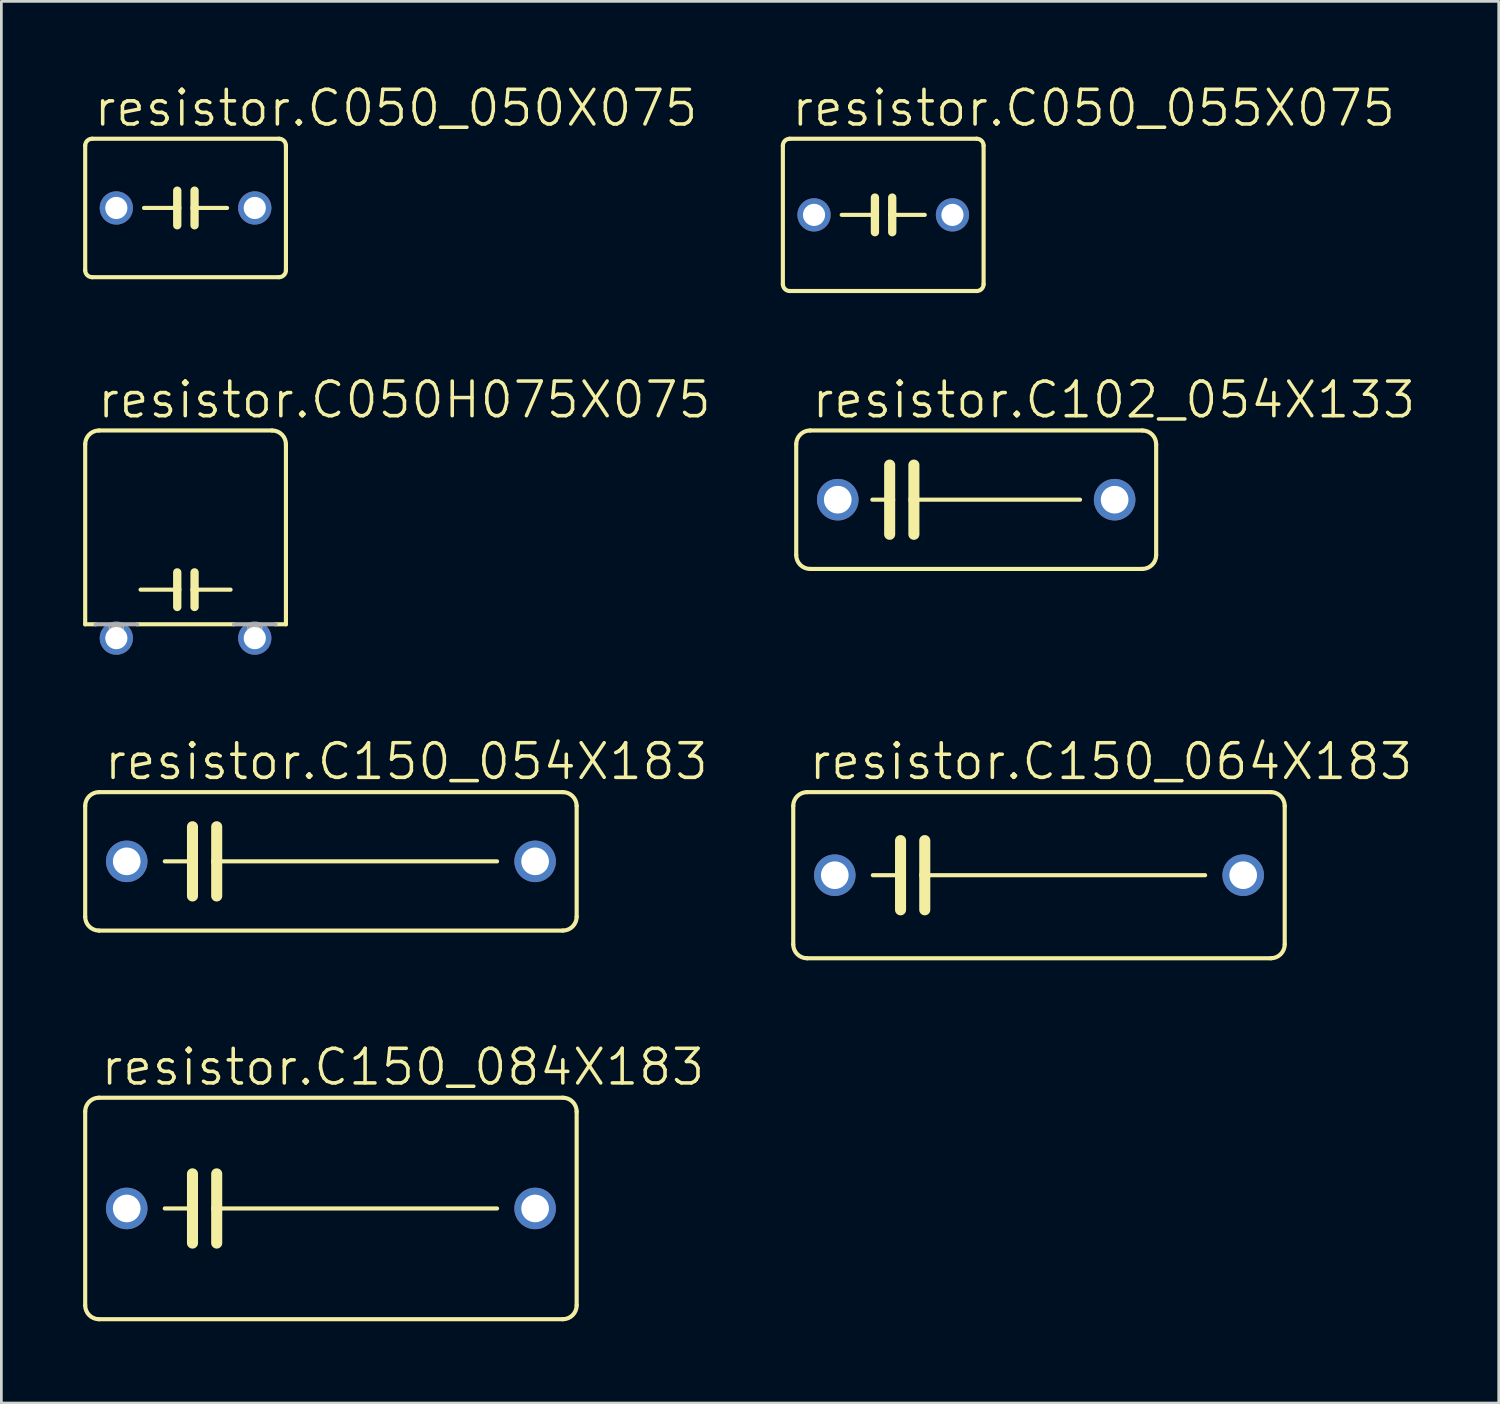
<source format=kicad_pcb>
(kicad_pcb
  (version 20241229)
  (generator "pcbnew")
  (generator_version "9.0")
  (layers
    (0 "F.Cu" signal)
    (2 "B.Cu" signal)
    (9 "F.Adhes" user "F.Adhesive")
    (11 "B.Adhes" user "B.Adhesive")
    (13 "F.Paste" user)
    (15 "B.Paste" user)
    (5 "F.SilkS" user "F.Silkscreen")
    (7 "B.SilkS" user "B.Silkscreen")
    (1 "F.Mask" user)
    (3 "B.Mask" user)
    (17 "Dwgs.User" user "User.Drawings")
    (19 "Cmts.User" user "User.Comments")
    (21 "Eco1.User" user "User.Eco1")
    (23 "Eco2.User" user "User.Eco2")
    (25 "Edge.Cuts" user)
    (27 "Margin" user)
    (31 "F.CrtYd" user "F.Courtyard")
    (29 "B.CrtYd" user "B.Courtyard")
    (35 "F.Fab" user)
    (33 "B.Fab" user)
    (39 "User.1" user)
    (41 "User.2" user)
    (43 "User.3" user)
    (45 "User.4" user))
  (footprint "resistor.C150_084X183"
    (layer "F.Cu")
    (at 9.093 41.294)
    (property "Reference" "resistor.C150_084X183" (at -8.509 -4.445 0) (layer "F.SilkS") (effects (font (size 1.27 1.27) (thickness 0.13)) (justify left bottom)))
    (attr through_hole)
    (fp_line (start -9.017 3.556) (end -9.017 -3.556) (stroke (width 0.152) (type default)) (layer "F.SilkS"))
    (fp_line (start -8.509 -4.064) (end 8.509 -4.064) (stroke (width 0.152) (type default)) (layer "F.SilkS"))
    (fp_line (start -5.08 -1.27) (end -5.08 0) (stroke (width 0.406) (type default)) (layer "F.SilkS"))
    (fp_line (start -5.08 0) (end -6.096 0) (stroke (width 0.152) (type default)) (layer "F.SilkS"))
    (fp_line (start -5.08 0) (end -5.08 1.27) (stroke (width 0.406) (type default)) (layer "F.SilkS"))
    (fp_line (start -4.191 -1.27) (end -4.191 0) (stroke (width 0.406) (type default)) (layer "F.SilkS"))
    (fp_line (start -4.191 0) (end -4.191 1.27) (stroke (width 0.406) (type default)) (layer "F.SilkS"))
    (fp_line (start -4.191 0) (end 6.096 0) (stroke (width 0.152) (type default)) (layer "F.SilkS"))
    (fp_line (start 8.509 4.064) (end -8.509 4.064) (stroke (width 0.152) (type default)) (layer "F.SilkS"))
    (fp_line (start 9.017 -3.556) (end 9.017 3.556) (stroke (width 0.152) (type default)) (layer "F.SilkS"))
    (fp_arc (start -9.017 -3.556) (mid -8.86821 -3.91521) (end -8.509 -4.064) (stroke (width 0.1524) (type default)) (layer "F.SilkS"))
    (fp_arc (start -8.509 4.064) (mid -8.86821 3.91521) (end -9.017 3.556) (stroke (width 0.1524) (type default)) (layer "F.SilkS"))
    (fp_arc (start 8.509 -4.064) (mid 8.86821 -3.91521) (end 9.017 -3.556) (stroke (width 0.1524) (type default)) (layer "F.SilkS"))
    (fp_arc (start 9.017 3.556) (mid 8.86821 3.91521) (end 8.509 4.064) (stroke (width 0.1524) (type default)) (layer "F.SilkS"))
    (pad "1" thru_hole circle (at -7.493 0) (size 1.524 1.524) (drill 1.016) (layers "*.Cu" "*.Mask"))
    (pad "2" thru_hole circle (at 7.493 0) (size 1.524 1.524) (drill 1.016) (layers "*.Cu" "*.Mask")))
  (footprint "resistor.C150_064X183"
    (layer "F.Cu")
    (at 35.075 29.065)
    (property "Reference" "resistor.C150_064X183" (at -8.509 -3.429 0) (layer "F.SilkS") (effects (font (size 1.27 1.27) (thickness 0.13)) (justify left bottom)))
    (attr through_hole)
    (fp_line (start -9.017 2.54) (end -9.017 -2.54) (stroke (width 0.152) (type default)) (layer "F.SilkS"))
    (fp_line (start -8.509 -3.048) (end 8.509 -3.048) (stroke (width 0.152) (type default)) (layer "F.SilkS"))
    (fp_line (start -5.08 -1.27) (end -5.08 0) (stroke (width 0.406) (type default)) (layer "F.SilkS"))
    (fp_line (start -5.08 0) (end -6.096 0) (stroke (width 0.152) (type default)) (layer "F.SilkS"))
    (fp_line (start -5.08 0) (end -5.08 1.27) (stroke (width 0.406) (type default)) (layer "F.SilkS"))
    (fp_line (start -4.191 -1.27) (end -4.191 0) (stroke (width 0.406) (type default)) (layer "F.SilkS"))
    (fp_line (start -4.191 0) (end -4.191 1.27) (stroke (width 0.406) (type default)) (layer "F.SilkS"))
    (fp_line (start -4.191 0) (end 6.096 0) (stroke (width 0.152) (type default)) (layer "F.SilkS"))
    (fp_line (start 8.509 3.048) (end -8.509 3.048) (stroke (width 0.152) (type default)) (layer "F.SilkS"))
    (fp_line (start 9.017 -2.54) (end 9.017 2.54) (stroke (width 0.152) (type default)) (layer "F.SilkS"))
    (fp_arc (start -9.017 -2.54) (mid -8.86821 -2.89921) (end -8.509 -3.048) (stroke (width 0.1524) (type default)) (layer "F.SilkS"))
    (fp_arc (start -8.509 3.048) (mid -8.86821 2.89921) (end -9.017 2.54) (stroke (width 0.1524) (type default)) (layer "F.SilkS"))
    (fp_arc (start 8.509 -3.048) (mid 8.86821 -2.89921) (end 9.017 -2.54) (stroke (width 0.1524) (type default)) (layer "F.SilkS"))
    (fp_arc (start 9.017 2.54) (mid 8.86821 2.89921) (end 8.509 3.048) (stroke (width 0.1524) (type default)) (layer "F.SilkS"))
    (pad "1" thru_hole circle (at -7.493 0) (size 1.524 1.524) (drill 1.016) (layers "*.Cu" "*.Mask"))
    (pad "2" thru_hole circle (at 7.493 0) (size 1.524 1.524) (drill 1.016) (layers "*.Cu" "*.Mask")))
  (footprint "resistor.C150_054X183"
    (layer "F.Cu")
    (at 9.093 28.557)
    (property "Reference" "resistor.C150_054X183" (at -8.382 -2.921 0) (layer "F.SilkS") (effects (font (size 1.27 1.27) (thickness 0.13)) (justify left bottom)))
    (attr through_hole)
    (fp_line (start -9.017 2.032) (end -9.017 -2.032) (stroke (width 0.152) (type default)) (layer "F.SilkS"))
    (fp_line (start -8.509 -2.54) (end 8.509 -2.54) (stroke (width 0.152) (type default)) (layer "F.SilkS"))
    (fp_line (start -5.08 -1.27) (end -5.08 0) (stroke (width 0.406) (type default)) (layer "F.SilkS"))
    (fp_line (start -5.08 0) (end -6.096 0) (stroke (width 0.152) (type default)) (layer "F.SilkS"))
    (fp_line (start -5.08 0) (end -5.08 1.27) (stroke (width 0.406) (type default)) (layer "F.SilkS"))
    (fp_line (start -4.191 -1.27) (end -4.191 0) (stroke (width 0.406) (type default)) (layer "F.SilkS"))
    (fp_line (start -4.191 0) (end -4.191 1.27) (stroke (width 0.406) (type default)) (layer "F.SilkS"))
    (fp_line (start -4.191 0) (end 6.096 0) (stroke (width 0.152) (type default)) (layer "F.SilkS"))
    (fp_line (start 8.509 2.54) (end -8.509 2.54) (stroke (width 0.152) (type default)) (layer "F.SilkS"))
    (fp_line (start 9.017 -2.032) (end 9.017 2.032) (stroke (width 0.152) (type default)) (layer "F.SilkS"))
    (fp_arc (start -9.017 -2.032) (mid -8.86821 -2.39121) (end -8.509 -2.54) (stroke (width 0.1524) (type default)) (layer "F.SilkS"))
    (fp_arc (start -8.509 2.54) (mid -8.86821 2.39121) (end -9.017 2.032) (stroke (width 0.1524) (type default)) (layer "F.SilkS"))
    (fp_arc (start 8.509 -2.54) (mid 8.86821 -2.39121) (end 9.017 -2.032) (stroke (width 0.1524) (type default)) (layer "F.SilkS"))
    (fp_arc (start 9.017 2.032) (mid 8.86821 2.39121) (end 8.509 2.54) (stroke (width 0.1524) (type default)) (layer "F.SilkS"))
    (pad "1" thru_hole circle (at -7.493 0) (size 1.524 1.524) (drill 1.016) (layers "*.Cu" "*.Mask"))
    (pad "2" thru_hole circle (at 7.493 0) (size 1.524 1.524) (drill 1.016) (layers "*.Cu" "*.Mask")))
  (footprint "resistor.C050_055X075"
    (layer "F.Cu")
    (at 29.36 4.835)
    (property "Reference" "resistor.C050_055X075" (at -3.429 -3.175 0) (layer "F.SilkS") (effects (font (size 1.27 1.27) (thickness 0.13)) (justify left bottom)))
    (attr through_hole)
    (fp_line (start -3.683 -2.54) (end -3.683 2.54) (stroke (width 0.152) (type default)) (layer "F.SilkS"))
    (fp_line (start -3.429 2.794) (end 3.429 2.794) (stroke (width 0.152) (type default)) (layer "F.SilkS"))
    (fp_line (start -0.305 -0.635) (end -0.305 0) (stroke (width 0.305) (type default)) (layer "F.SilkS"))
    (fp_line (start -0.305 0) (end -1.524 0) (stroke (width 0.152) (type default)) (layer "F.SilkS"))
    (fp_line (start -0.305 0) (end -0.305 0.635) (stroke (width 0.305) (type default)) (layer "F.SilkS"))
    (fp_line (start 0.33 -0.635) (end 0.33 0) (stroke (width 0.305) (type default)) (layer "F.SilkS"))
    (fp_line (start 0.33 0) (end 0.33 0.635) (stroke (width 0.305) (type default)) (layer "F.SilkS"))
    (fp_line (start 0.33 0) (end 1.524 0) (stroke (width 0.152) (type default)) (layer "F.SilkS"))
    (fp_line (start 3.429 -2.794) (end -3.429 -2.794) (stroke (width 0.152) (type default)) (layer "F.SilkS"))
    (fp_line (start 3.683 2.54) (end 3.683 -2.54) (stroke (width 0.152) (type default)) (layer "F.SilkS"))
    (fp_arc (start -3.683 -2.54) (mid -3.608605 -2.719605) (end -3.429 -2.794) (stroke (width 0.1524) (type default)) (layer "F.SilkS"))
    (fp_arc (start -3.429 2.794) (mid -3.608605 2.719605) (end -3.683 2.54) (stroke (width 0.1524) (type default)) (layer "F.SilkS"))
    (fp_arc (start 3.429 -2.794) (mid 3.608605 -2.719605) (end 3.683 -2.54) (stroke (width 0.1524) (type default)) (layer "F.SilkS"))
    (fp_arc (start 3.683 2.54) (mid 3.608605 2.719605) (end 3.429 2.794) (stroke (width 0.1524) (type default)) (layer "F.SilkS"))
    (pad "1" thru_hole circle (at -2.54 0) (size 1.219 1.219) (drill 0.813) (layers "*.Cu" "*.Mask"))
    (pad "2" thru_hole circle (at 2.54 0) (size 1.219 1.219) (drill 0.813) (layers "*.Cu" "*.Mask")))
  (footprint "resistor.C050_050X075"
    (layer "F.Cu")
    (at 3.759 4.581)
    (property "Reference" "resistor.C050_050X075" (at -3.429 -2.921 0) (layer "F.SilkS") (effects (font (size 1.27 1.27) (thickness 0.13)) (justify left bottom)))
    (attr through_hole)
    (fp_line (start -3.683 -2.286) (end -3.683 2.286) (stroke (width 0.152) (type default)) (layer "F.SilkS"))
    (fp_line (start -3.429 2.54) (end 3.429 2.54) (stroke (width 0.152) (type default)) (layer "F.SilkS"))
    (fp_line (start -0.305 -0.635) (end -0.305 0) (stroke (width 0.305) (type default)) (layer "F.SilkS"))
    (fp_line (start -0.305 0) (end -1.524 0) (stroke (width 0.152) (type default)) (layer "F.SilkS"))
    (fp_line (start -0.305 0) (end -0.305 0.635) (stroke (width 0.305) (type default)) (layer "F.SilkS"))
    (fp_line (start 0.33 -0.635) (end 0.33 0) (stroke (width 0.305) (type default)) (layer "F.SilkS"))
    (fp_line (start 0.33 0) (end 0.33 0.635) (stroke (width 0.305) (type default)) (layer "F.SilkS"))
    (fp_line (start 0.33 0) (end 1.524 0) (stroke (width 0.152) (type default)) (layer "F.SilkS"))
    (fp_line (start 3.429 -2.54) (end -3.429 -2.54) (stroke (width 0.152) (type default)) (layer "F.SilkS"))
    (fp_line (start 3.683 2.286) (end 3.683 -2.286) (stroke (width 0.152) (type default)) (layer "F.SilkS"))
    (fp_arc (start -3.683 -2.286) (mid -3.608605 -2.465605) (end -3.429 -2.54) (stroke (width 0.1524) (type default)) (layer "F.SilkS"))
    (fp_arc (start -3.429 2.54) (mid -3.608605 2.465605) (end -3.683 2.286) (stroke (width 0.1524) (type default)) (layer "F.SilkS"))
    (fp_arc (start 3.429 -2.54) (mid 3.608605 -2.465605) (end 3.683 -2.286) (stroke (width 0.1524) (type default)) (layer "F.SilkS"))
    (fp_arc (start 3.683 2.286) (mid 3.608605 2.465605) (end 3.429 2.54) (stroke (width 0.1524) (type default)) (layer "F.SilkS"))
    (pad "1" thru_hole circle (at -2.54 0) (size 1.219 1.219) (drill 0.813) (layers "*.Cu" "*.Mask"))
    (pad "2" thru_hole circle (at 2.54 0) (size 1.219 1.219) (drill 0.813) (layers "*.Cu" "*.Mask")))
  (footprint "resistor.C050H075X075"
    (layer "F.Cu")
    (at 3.759 20.366)
    (property "Reference" "resistor.C050H075X075" (at -3.302 -8.001 0) (layer "F.SilkS") (effects (font (size 1.27 1.27) (thickness 0.13)) (justify left bottom)))
    (attr through_hole)
    (fp_line (start -3.683 -7.112) (end -3.683 -0.508) (stroke (width 0.152) (type default)) (layer "F.SilkS"))
    (fp_line (start -3.683 -0.508) (end -3.302 -0.508) (stroke (width 0.152) (type default)) (layer "F.SilkS"))
    (fp_line (start -1.778 -0.508) (end 1.778 -0.508) (stroke (width 0.152) (type default)) (layer "F.SilkS"))
    (fp_line (start -0.305 -2.413) (end -0.305 -1.778) (stroke (width 0.305) (type default)) (layer "F.SilkS"))
    (fp_line (start -0.305 -1.778) (end -1.651 -1.778) (stroke (width 0.152) (type default)) (layer "F.SilkS"))
    (fp_line (start -0.305 -1.778) (end -0.305 -1.143) (stroke (width 0.305) (type default)) (layer "F.SilkS"))
    (fp_line (start 0.33 -2.413) (end 0.33 -1.778) (stroke (width 0.305) (type default)) (layer "F.SilkS"))
    (fp_line (start 0.33 -1.778) (end 0.33 -1.143) (stroke (width 0.305) (type default)) (layer "F.SilkS"))
    (fp_line (start 0.33 -1.778) (end 1.651 -1.778) (stroke (width 0.152) (type default)) (layer "F.SilkS"))
    (fp_line (start 3.175 -7.62) (end -3.175 -7.62) (stroke (width 0.152) (type default)) (layer "F.SilkS"))
    (fp_line (start 3.302 -0.508) (end 3.683 -0.508) (stroke (width 0.152) (type default)) (layer "F.SilkS"))
    (fp_line (start 3.683 -0.508) (end 3.683 -7.112) (stroke (width 0.152) (type default)) (layer "F.SilkS"))
    (fp_arc (start -3.683 -7.112) (mid -3.53421 -7.47121) (end -3.175 -7.62) (stroke (width 0.1524) (type default)) (layer "F.SilkS"))
    (fp_arc (start 3.175 -7.62) (mid 3.53421 -7.47121) (end 3.683 -7.112) (stroke (width 0.1524) (type default)) (layer "F.SilkS"))
    (fp_line (start -3.302 -0.508) (end -1.778 -0.508) (stroke (width 0.152) (type default)) (layer "F.Fab"))
    (fp_line (start -2.54 0) (end -2.54 -0.254) (stroke (width 0.508) (type default)) (layer "F.Fab"))
    (fp_line (start 1.778 -0.508) (end 3.302 -0.508) (stroke (width 0.152) (type default)) (layer "F.Fab"))
    (fp_line (start 2.54 0) (end 2.54 -0.254) (stroke (width 0.508) (type default)) (layer "F.Fab"))
    (fp_rect (start -2.794 -0.127) (end -2.286 -0.508) (stroke (width 0.05) (type default)) (fill no) (layer "F.Fab"))
    (fp_rect (start 2.286 -0.127) (end 2.794 -0.508) (stroke (width 0.05) (type default)) (fill no) (layer "F.Fab"))
    (pad "1" thru_hole circle (at -2.54 0) (size 1.219 1.219) (drill 0.813) (layers "*.Cu" "*.Mask"))
    (pad "2" thru_hole circle (at 2.54 0) (size 1.219 1.219) (drill 0.813) (layers "*.Cu" "*.Mask")))
  (footprint "resistor.C102_054X133"
    (layer "F.Cu")
    (at 32.771 15.286)
    (property "Reference" "resistor.C102_054X133" (at -6.096 -2.921 0) (layer "F.SilkS") (effects (font (size 1.27 1.27) (thickness 0.13)) (justify left bottom)))
    (attr through_hole)
    (fp_line (start -6.604 2.032) (end -6.604 -2.032) (stroke (width 0.152) (type default)) (layer "F.SilkS"))
    (fp_line (start -6.096 -2.54) (end 6.096 -2.54) (stroke (width 0.152) (type default)) (layer "F.SilkS"))
    (fp_line (start -3.81 0) (end -3.175 0) (stroke (width 0.152) (type default)) (layer "F.SilkS"))
    (fp_line (start -3.175 -1.27) (end -3.175 0) (stroke (width 0.406) (type default)) (layer "F.SilkS"))
    (fp_line (start -3.175 0) (end -3.175 1.27) (stroke (width 0.406) (type default)) (layer "F.SilkS"))
    (fp_line (start -2.286 -1.27) (end -2.286 0) (stroke (width 0.406) (type default)) (layer "F.SilkS"))
    (fp_line (start -2.286 0) (end -2.286 1.27) (stroke (width 0.406) (type default)) (layer "F.SilkS"))
    (fp_line (start 3.81 0) (end -2.286 0) (stroke (width 0.152) (type default)) (layer "F.SilkS"))
    (fp_line (start 6.096 2.54) (end -6.096 2.54) (stroke (width 0.152) (type default)) (layer "F.SilkS"))
    (fp_line (start 6.604 -2.032) (end 6.604 2.032) (stroke (width 0.152) (type default)) (layer "F.SilkS"))
    (fp_arc (start -6.604 -2.032) (mid -6.45521 -2.39121) (end -6.096 -2.54) (stroke (width 0.1524) (type default)) (layer "F.SilkS"))
    (fp_arc (start -6.096 2.54) (mid -6.45521 2.39121) (end -6.604 2.032) (stroke (width 0.1524) (type default)) (layer "F.SilkS"))
    (fp_arc (start 6.096 -2.54) (mid 6.45521 -2.39121) (end 6.604 -2.032) (stroke (width 0.1524) (type default)) (layer "F.SilkS"))
    (fp_arc (start 6.604 2.032) (mid 6.45521 2.39121) (end 6.096 2.54) (stroke (width 0.1524) (type default)) (layer "F.SilkS"))
    (pad "1" thru_hole circle (at -5.08 0) (size 1.524 1.524) (drill 1.016) (layers "*.Cu" "*.Mask"))
    (pad "2" thru_hole circle (at 5.08 0) (size 1.524 1.524) (drill 1.016) (layers "*.Cu" "*.Mask")))
  (gr_rect
    (start -3 -3)
    (end 51.945 48.434)
    (stroke (width 0.1) (type default))
    (fill no)
    (layer "Edge.Cuts")))
</source>
